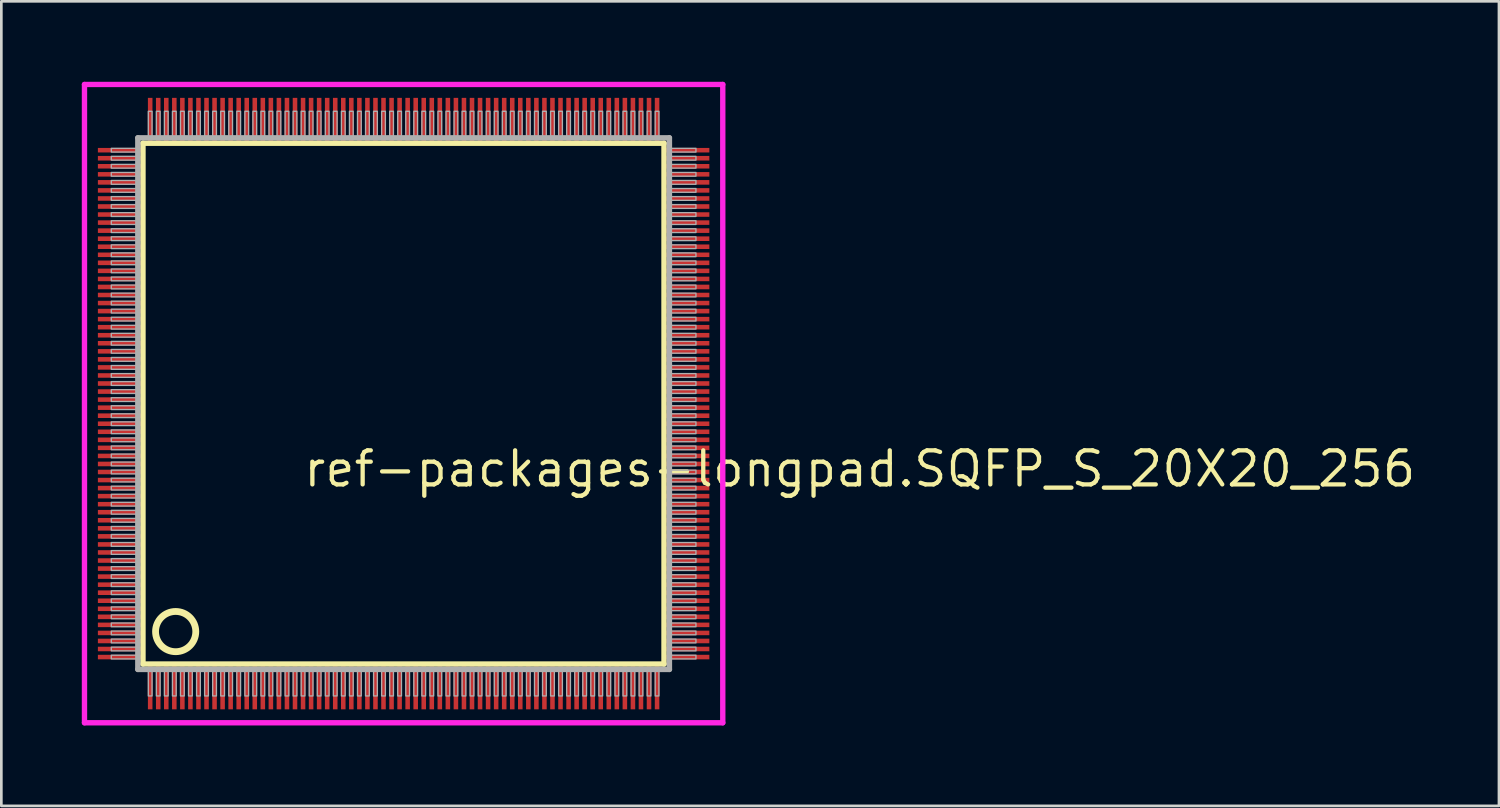
<source format=kicad_pcb>
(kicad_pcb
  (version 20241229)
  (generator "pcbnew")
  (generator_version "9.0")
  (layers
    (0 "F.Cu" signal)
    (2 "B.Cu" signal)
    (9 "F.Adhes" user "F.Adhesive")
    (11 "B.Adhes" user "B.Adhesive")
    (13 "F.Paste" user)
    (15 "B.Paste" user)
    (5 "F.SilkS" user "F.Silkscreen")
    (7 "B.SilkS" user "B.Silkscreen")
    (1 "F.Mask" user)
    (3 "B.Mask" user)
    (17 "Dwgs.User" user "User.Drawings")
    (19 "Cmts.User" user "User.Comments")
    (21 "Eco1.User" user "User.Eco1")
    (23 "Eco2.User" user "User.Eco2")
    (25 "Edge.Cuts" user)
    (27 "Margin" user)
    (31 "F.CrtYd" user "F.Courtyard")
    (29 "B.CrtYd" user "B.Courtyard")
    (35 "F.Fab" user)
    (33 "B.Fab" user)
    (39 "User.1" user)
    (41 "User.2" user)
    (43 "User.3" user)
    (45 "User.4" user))
  (footprint "ref-packages-longpad.SQFP_S_20X20_256"
    (layer "F.Cu")
    (at 12 12)
    (property "Reference" "ref-packages-longpad.SQFP_S_20X20_256" (at -3.81 3.175 0) (layer "F.SilkS") (effects (font (size 1.27 1.27) (thickness 0.16)) (justify left bottom)))
    (attr smd)
    (fp_line (start -9.72 -9.71) (end 9.71 -9.71) (stroke (width 0.203) (type default)) (layer "F.SilkS"))
    (fp_line (start -9.72 9.71) (end -9.72 -9.71) (stroke (width 0.203) (type default)) (layer "F.SilkS"))
    (fp_line (start 9.71 9.71) (end -9.72 9.71) (stroke (width 0.203) (type default)) (layer "F.SilkS"))
    (fp_line (start 9.71 -9.71) (end 9.71 9.71) (stroke (width 0.203) (type default)) (layer "F.SilkS"))
    (fp_circle (center -8.5 8.5) (end -7.75 8.5) (stroke (width 0.254) (type default)) (fill no) (layer "F.SilkS"))
    (fp_line (start -11.9 -11.9) (end 11.9 -11.9) (stroke (width 0.2) (type default)) (layer "F.CrtYd"))
    (fp_line (start -11.9 11.9) (end -11.9 -11.9) (stroke (width 0.2) (type default)) (layer "F.CrtYd"))
    (fp_line (start 11.9 -11.9) (end 11.9 11.9) (stroke (width 0.2) (type default)) (layer "F.CrtYd"))
    (fp_line (start 11.9 11.9) (end -11.9 11.9) (stroke (width 0.2) (type default)) (layer "F.CrtYd"))
    (fp_line (start -9.91 -9.91) (end -9.91 9.91) (stroke (width 0.203) (type default)) (layer "F.Fab"))
    (fp_line (start -9.91 9.91) (end 9.91 9.91) (stroke (width 0.203) (type default)) (layer "F.Fab"))
    (fp_line (start 9.91 -9.91) (end -9.91 -9.91) (stroke (width 0.203) (type default)) (layer "F.Fab"))
    (fp_line (start 9.91 9.91) (end 9.91 -9.91) (stroke (width 0.203) (type default)) (layer "F.Fab"))
    (fp_rect (start -10.9 -9.38) (end -9.95 -9.52) (stroke (width 0.05) (type default)) (fill no) (layer "F.Fab"))
    (fp_rect (start -10.9 -9.08) (end -9.95 -9.22) (stroke (width 0.05) (type default)) (fill no) (layer "F.Fab"))
    (fp_rect (start -10.9 -8.78) (end -9.95 -8.92) (stroke (width 0.05) (type default)) (fill no) (layer "F.Fab"))
    (fp_rect (start -10.9 -8.48) (end -9.95 -8.62) (stroke (width 0.05) (type default)) (fill no) (layer "F.Fab"))
    (fp_rect (start -10.9 -8.18) (end -9.95 -8.32) (stroke (width 0.05) (type default)) (fill no) (layer "F.Fab"))
    (fp_rect (start -10.9 -7.88) (end -9.95 -8.02) (stroke (width 0.05) (type default)) (fill no) (layer "F.Fab"))
    (fp_rect (start -10.9 -7.58) (end -9.95 -7.72) (stroke (width 0.05) (type default)) (fill no) (layer "F.Fab"))
    (fp_rect (start -10.9 -7.28) (end -9.95 -7.42) (stroke (width 0.05) (type default)) (fill no) (layer "F.Fab"))
    (fp_rect (start -10.9 -6.98) (end -9.95 -7.12) (stroke (width 0.05) (type default)) (fill no) (layer "F.Fab"))
    (fp_rect (start -10.9 -6.68) (end -9.95 -6.82) (stroke (width 0.05) (type default)) (fill no) (layer "F.Fab"))
    (fp_rect (start -10.9 -6.38) (end -9.95 -6.52) (stroke (width 0.05) (type default)) (fill no) (layer "F.Fab"))
    (fp_rect (start -10.9 -6.08) (end -9.95 -6.22) (stroke (width 0.05) (type default)) (fill no) (layer "F.Fab"))
    (fp_rect (start -10.9 -5.78) (end -9.95 -5.92) (stroke (width 0.05) (type default)) (fill no) (layer "F.Fab"))
    (fp_rect (start -10.9 -5.48) (end -9.95 -5.62) (stroke (width 0.05) (type default)) (fill no) (layer "F.Fab"))
    (fp_rect (start -10.9 -5.18) (end -9.95 -5.32) (stroke (width 0.05) (type default)) (fill no) (layer "F.Fab"))
    (fp_rect (start -10.9 -4.88) (end -9.95 -5.02) (stroke (width 0.05) (type default)) (fill no) (layer "F.Fab"))
    (fp_rect (start -10.9 -4.58) (end -9.95 -4.72) (stroke (width 0.05) (type default)) (fill no) (layer "F.Fab"))
    (fp_rect (start -10.9 -4.28) (end -9.95 -4.42) (stroke (width 0.05) (type default)) (fill no) (layer "F.Fab"))
    (fp_rect (start -10.9 -3.98) (end -9.95 -4.12) (stroke (width 0.05) (type default)) (fill no) (layer "F.Fab"))
    (fp_rect (start -10.9 -3.68) (end -9.95 -3.82) (stroke (width 0.05) (type default)) (fill no) (layer "F.Fab"))
    (fp_rect (start -10.9 -3.38) (end -9.95 -3.52) (stroke (width 0.05) (type default)) (fill no) (layer "F.Fab"))
    (fp_rect (start -10.9 -3.08) (end -9.95 -3.22) (stroke (width 0.05) (type default)) (fill no) (layer "F.Fab"))
    (fp_rect (start -10.9 -2.78) (end -9.95 -2.92) (stroke (width 0.05) (type default)) (fill no) (layer "F.Fab"))
    (fp_rect (start -10.9 -2.48) (end -9.95 -2.62) (stroke (width 0.05) (type default)) (fill no) (layer "F.Fab"))
    (fp_rect (start -10.9 -2.18) (end -9.95 -2.32) (stroke (width 0.05) (type default)) (fill no) (layer "F.Fab"))
    (fp_rect (start -10.9 -1.88) (end -9.95 -2.02) (stroke (width 0.05) (type default)) (fill no) (layer "F.Fab"))
    (fp_rect (start -10.9 -1.58) (end -9.95 -1.72) (stroke (width 0.05) (type default)) (fill no) (layer "F.Fab"))
    (fp_rect (start -10.9 -1.28) (end -9.95 -1.42) (stroke (width 0.05) (type default)) (fill no) (layer "F.Fab"))
    (fp_rect (start -10.9 -0.98) (end -9.95 -1.12) (stroke (width 0.05) (type default)) (fill no) (layer "F.Fab"))
    (fp_rect (start -10.9 -0.68) (end -9.95 -0.82) (stroke (width 0.05) (type default)) (fill no) (layer "F.Fab"))
    (fp_rect (start -10.9 -0.38) (end -9.95 -0.52) (stroke (width 0.05) (type default)) (fill no) (layer "F.Fab"))
    (fp_rect (start -10.9 -0.08) (end -9.95 -0.22) (stroke (width 0.05) (type default)) (fill no) (layer "F.Fab"))
    (fp_rect (start -10.9 0.22) (end -9.95 0.08) (stroke (width 0.05) (type default)) (fill no) (layer "F.Fab"))
    (fp_rect (start -10.9 0.52) (end -9.95 0.38) (stroke (width 0.05) (type default)) (fill no) (layer "F.Fab"))
    (fp_rect (start -10.9 0.82) (end -9.95 0.68) (stroke (width 0.05) (type default)) (fill no) (layer "F.Fab"))
    (fp_rect (start -10.9 1.12) (end -9.95 0.98) (stroke (width 0.05) (type default)) (fill no) (layer "F.Fab"))
    (fp_rect (start -10.9 1.42) (end -9.95 1.28) (stroke (width 0.05) (type default)) (fill no) (layer "F.Fab"))
    (fp_rect (start -10.9 1.72) (end -9.95 1.58) (stroke (width 0.05) (type default)) (fill no) (layer "F.Fab"))
    (fp_rect (start -10.9 2.02) (end -9.95 1.88) (stroke (width 0.05) (type default)) (fill no) (layer "F.Fab"))
    (fp_rect (start -10.9 2.32) (end -9.95 2.18) (stroke (width 0.05) (type default)) (fill no) (layer "F.Fab"))
    (fp_rect (start -10.9 2.62) (end -9.95 2.48) (stroke (width 0.05) (type default)) (fill no) (layer "F.Fab"))
    (fp_rect (start -10.9 2.92) (end -9.95 2.78) (stroke (width 0.05) (type default)) (fill no) (layer "F.Fab"))
    (fp_rect (start -10.9 3.22) (end -9.95 3.08) (stroke (width 0.05) (type default)) (fill no) (layer "F.Fab"))
    (fp_rect (start -10.9 3.52) (end -9.95 3.38) (stroke (width 0.05) (type default)) (fill no) (layer "F.Fab"))
    (fp_rect (start -10.9 3.82) (end -9.95 3.68) (stroke (width 0.05) (type default)) (fill no) (layer "F.Fab"))
    (fp_rect (start -10.9 4.12) (end -9.95 3.98) (stroke (width 0.05) (type default)) (fill no) (layer "F.Fab"))
    (fp_rect (start -10.9 4.42) (end -9.95 4.28) (stroke (width 0.05) (type default)) (fill no) (layer "F.Fab"))
    (fp_rect (start -10.9 4.72) (end -9.95 4.58) (stroke (width 0.05) (type default)) (fill no) (layer "F.Fab"))
    (fp_rect (start -10.9 5.02) (end -9.95 4.88) (stroke (width 0.05) (type default)) (fill no) (layer "F.Fab"))
    (fp_rect (start -10.9 5.32) (end -9.95 5.18) (stroke (width 0.05) (type default)) (fill no) (layer "F.Fab"))
    (fp_rect (start -10.9 5.62) (end -9.95 5.48) (stroke (width 0.05) (type default)) (fill no) (layer "F.Fab"))
    (fp_rect (start -10.9 5.92) (end -9.95 5.78) (stroke (width 0.05) (type default)) (fill no) (layer "F.Fab"))
    (fp_rect (start -10.9 6.22) (end -9.95 6.08) (stroke (width 0.05) (type default)) (fill no) (layer "F.Fab"))
    (fp_rect (start -10.9 6.52) (end -9.95 6.38) (stroke (width 0.05) (type default)) (fill no) (layer "F.Fab"))
    (fp_rect (start -10.9 6.82) (end -9.95 6.68) (stroke (width 0.05) (type default)) (fill no) (layer "F.Fab"))
    (fp_rect (start -10.9 7.12) (end -9.95 6.98) (stroke (width 0.05) (type default)) (fill no) (layer "F.Fab"))
    (fp_rect (start -10.9 7.42) (end -9.95 7.28) (stroke (width 0.05) (type default)) (fill no) (layer "F.Fab"))
    (fp_rect (start -10.9 7.72) (end -9.95 7.58) (stroke (width 0.05) (type default)) (fill no) (layer "F.Fab"))
    (fp_rect (start -10.9 8.02) (end -9.95 7.88) (stroke (width 0.05) (type default)) (fill no) (layer "F.Fab"))
    (fp_rect (start -10.9 8.32) (end -9.95 8.18) (stroke (width 0.05) (type default)) (fill no) (layer "F.Fab"))
    (fp_rect (start -10.9 8.62) (end -9.95 8.48) (stroke (width 0.05) (type default)) (fill no) (layer "F.Fab"))
    (fp_rect (start -10.9 8.92) (end -9.95 8.78) (stroke (width 0.05) (type default)) (fill no) (layer "F.Fab"))
    (fp_rect (start -10.9 9.22) (end -9.95 9.08) (stroke (width 0.05) (type default)) (fill no) (layer "F.Fab"))
    (fp_rect (start -10.9 9.52) (end -9.95 9.38) (stroke (width 0.05) (type default)) (fill no) (layer "F.Fab"))
    (fp_rect (start -9.52 -9.95) (end -9.38 -10.9) (stroke (width 0.05) (type default)) (fill no) (layer "F.Fab"))
    (fp_rect (start -9.52 10.9) (end -9.38 9.95) (stroke (width 0.05) (type default)) (fill no) (layer "F.Fab"))
    (fp_rect (start -9.22 -9.95) (end -9.08 -10.9) (stroke (width 0.05) (type default)) (fill no) (layer "F.Fab"))
    (fp_rect (start -9.22 10.9) (end -9.08 9.95) (stroke (width 0.05) (type default)) (fill no) (layer "F.Fab"))
    (fp_rect (start -8.92 -9.95) (end -8.78 -10.9) (stroke (width 0.05) (type default)) (fill no) (layer "F.Fab"))
    (fp_rect (start -8.92 10.9) (end -8.78 9.95) (stroke (width 0.05) (type default)) (fill no) (layer "F.Fab"))
    (fp_rect (start -8.62 -9.95) (end -8.48 -10.9) (stroke (width 0.05) (type default)) (fill no) (layer "F.Fab"))
    (fp_rect (start -8.62 10.9) (end -8.48 9.95) (stroke (width 0.05) (type default)) (fill no) (layer "F.Fab"))
    (fp_rect (start -8.32 -9.95) (end -8.18 -10.9) (stroke (width 0.05) (type default)) (fill no) (layer "F.Fab"))
    (fp_rect (start -8.32 10.9) (end -8.18 9.95) (stroke (width 0.05) (type default)) (fill no) (layer "F.Fab"))
    (fp_rect (start -8.02 -9.95) (end -7.88 -10.9) (stroke (width 0.05) (type default)) (fill no) (layer "F.Fab"))
    (fp_rect (start -8.02 10.9) (end -7.88 9.95) (stroke (width 0.05) (type default)) (fill no) (layer "F.Fab"))
    (fp_rect (start -7.72 -9.95) (end -7.58 -10.9) (stroke (width 0.05) (type default)) (fill no) (layer "F.Fab"))
    (fp_rect (start -7.72 10.9) (end -7.58 9.95) (stroke (width 0.05) (type default)) (fill no) (layer "F.Fab"))
    (fp_rect (start -7.42 -9.95) (end -7.28 -10.9) (stroke (width 0.05) (type default)) (fill no) (layer "F.Fab"))
    (fp_rect (start -7.42 10.9) (end -7.28 9.95) (stroke (width 0.05) (type default)) (fill no) (layer "F.Fab"))
    (fp_rect (start -7.12 -9.95) (end -6.98 -10.9) (stroke (width 0.05) (type default)) (fill no) (layer "F.Fab"))
    (fp_rect (start -7.12 10.9) (end -6.98 9.95) (stroke (width 0.05) (type default)) (fill no) (layer "F.Fab"))
    (fp_rect (start -6.82 -9.95) (end -6.68 -10.9) (stroke (width 0.05) (type default)) (fill no) (layer "F.Fab"))
    (fp_rect (start -6.82 10.9) (end -6.68 9.95) (stroke (width 0.05) (type default)) (fill no) (layer "F.Fab"))
    (fp_rect (start -6.52 -9.95) (end -6.38 -10.9) (stroke (width 0.05) (type default)) (fill no) (layer "F.Fab"))
    (fp_rect (start -6.52 10.9) (end -6.38 9.95) (stroke (width 0.05) (type default)) (fill no) (layer "F.Fab"))
    (fp_rect (start -6.22 -9.95) (end -6.08 -10.9) (stroke (width 0.05) (type default)) (fill no) (layer "F.Fab"))
    (fp_rect (start -6.22 10.9) (end -6.08 9.95) (stroke (width 0.05) (type default)) (fill no) (layer "F.Fab"))
    (fp_rect (start -5.92 -9.95) (end -5.78 -10.9) (stroke (width 0.05) (type default)) (fill no) (layer "F.Fab"))
    (fp_rect (start -5.92 10.9) (end -5.78 9.95) (stroke (width 0.05) (type default)) (fill no) (layer "F.Fab"))
    (fp_rect (start -5.62 -9.95) (end -5.48 -10.9) (stroke (width 0.05) (type default)) (fill no) (layer "F.Fab"))
    (fp_rect (start -5.62 10.9) (end -5.48 9.95) (stroke (width 0.05) (type default)) (fill no) (layer "F.Fab"))
    (fp_rect (start -5.32 -9.95) (end -5.18 -10.9) (stroke (width 0.05) (type default)) (fill no) (layer "F.Fab"))
    (fp_rect (start -5.32 10.9) (end -5.18 9.95) (stroke (width 0.05) (type default)) (fill no) (layer "F.Fab"))
    (fp_rect (start -5.02 -9.95) (end -4.88 -10.9) (stroke (width 0.05) (type default)) (fill no) (layer "F.Fab"))
    (fp_rect (start -5.02 10.9) (end -4.88 9.95) (stroke (width 0.05) (type default)) (fill no) (layer "F.Fab"))
    (fp_rect (start -4.72 -9.95) (end -4.58 -10.9) (stroke (width 0.05) (type default)) (fill no) (layer "F.Fab"))
    (fp_rect (start -4.72 10.9) (end -4.58 9.95) (stroke (width 0.05) (type default)) (fill no) (layer "F.Fab"))
    (fp_rect (start -4.42 -9.95) (end -4.28 -10.9) (stroke (width 0.05) (type default)) (fill no) (layer "F.Fab"))
    (fp_rect (start -4.42 10.9) (end -4.28 9.95) (stroke (width 0.05) (type default)) (fill no) (layer "F.Fab"))
    (fp_rect (start -4.12 -9.95) (end -3.98 -10.9) (stroke (width 0.05) (type default)) (fill no) (layer "F.Fab"))
    (fp_rect (start -4.12 10.9) (end -3.98 9.95) (stroke (width 0.05) (type default)) (fill no) (layer "F.Fab"))
    (fp_rect (start -3.82 -9.95) (end -3.68 -10.9) (stroke (width 0.05) (type default)) (fill no) (layer "F.Fab"))
    (fp_rect (start -3.82 10.9) (end -3.68 9.95) (stroke (width 0.05) (type default)) (fill no) (layer "F.Fab"))
    (fp_rect (start -3.52 -9.95) (end -3.38 -10.9) (stroke (width 0.05) (type default)) (fill no) (layer "F.Fab"))
    (fp_rect (start -3.52 10.9) (end -3.38 9.95) (stroke (width 0.05) (type default)) (fill no) (layer "F.Fab"))
    (fp_rect (start -3.22 -9.95) (end -3.08 -10.9) (stroke (width 0.05) (type default)) (fill no) (layer "F.Fab"))
    (fp_rect (start -3.22 10.9) (end -3.08 9.95) (stroke (width 0.05) (type default)) (fill no) (layer "F.Fab"))
    (fp_rect (start -2.92 -9.95) (end -2.78 -10.9) (stroke (width 0.05) (type default)) (fill no) (layer "F.Fab"))
    (fp_rect (start -2.92 10.9) (end -2.78 9.95) (stroke (width 0.05) (type default)) (fill no) (layer "F.Fab"))
    (fp_rect (start -2.62 -9.95) (end -2.48 -10.9) (stroke (width 0.05) (type default)) (fill no) (layer "F.Fab"))
    (fp_rect (start -2.62 10.9) (end -2.48 9.95) (stroke (width 0.05) (type default)) (fill no) (layer "F.Fab"))
    (fp_rect (start -2.32 -9.95) (end -2.18 -10.9) (stroke (width 0.05) (type default)) (fill no) (layer "F.Fab"))
    (fp_rect (start -2.32 10.9) (end -2.18 9.95) (stroke (width 0.05) (type default)) (fill no) (layer "F.Fab"))
    (fp_rect (start -2.02 -9.95) (end -1.88 -10.9) (stroke (width 0.05) (type default)) (fill no) (layer "F.Fab"))
    (fp_rect (start -2.02 10.9) (end -1.88 9.95) (stroke (width 0.05) (type default)) (fill no) (layer "F.Fab"))
    (fp_rect (start -1.72 -9.95) (end -1.58 -10.9) (stroke (width 0.05) (type default)) (fill no) (layer "F.Fab"))
    (fp_rect (start -1.72 10.9) (end -1.58 9.95) (stroke (width 0.05) (type default)) (fill no) (layer "F.Fab"))
    (fp_rect (start -1.42 -9.95) (end -1.28 -10.9) (stroke (width 0.05) (type default)) (fill no) (layer "F.Fab"))
    (fp_rect (start -1.42 10.9) (end -1.28 9.95) (stroke (width 0.05) (type default)) (fill no) (layer "F.Fab"))
    (fp_rect (start -1.12 -9.95) (end -0.98 -10.9) (stroke (width 0.05) (type default)) (fill no) (layer "F.Fab"))
    (fp_rect (start -1.12 10.9) (end -0.98 9.95) (stroke (width 0.05) (type default)) (fill no) (layer "F.Fab"))
    (fp_rect (start -0.82 -9.95) (end -0.68 -10.9) (stroke (width 0.05) (type default)) (fill no) (layer "F.Fab"))
    (fp_rect (start -0.82 10.9) (end -0.68 9.95) (stroke (width 0.05) (type default)) (fill no) (layer "F.Fab"))
    (fp_rect (start -0.52 -9.95) (end -0.38 -10.9) (stroke (width 0.05) (type default)) (fill no) (layer "F.Fab"))
    (fp_rect (start -0.52 10.9) (end -0.38 9.95) (stroke (width 0.05) (type default)) (fill no) (layer "F.Fab"))
    (fp_rect (start -0.22 -9.95) (end -0.08 -10.9) (stroke (width 0.05) (type default)) (fill no) (layer "F.Fab"))
    (fp_rect (start -0.22 10.9) (end -0.08 9.95) (stroke (width 0.05) (type default)) (fill no) (layer "F.Fab"))
    (fp_rect (start 0.08 -9.95) (end 0.22 -10.9) (stroke (width 0.05) (type default)) (fill no) (layer "F.Fab"))
    (fp_rect (start 0.08 10.9) (end 0.22 9.95) (stroke (width 0.05) (type default)) (fill no) (layer "F.Fab"))
    (fp_rect (start 0.38 -9.95) (end 0.52 -10.9) (stroke (width 0.05) (type default)) (fill no) (layer "F.Fab"))
    (fp_rect (start 0.38 10.9) (end 0.52 9.95) (stroke (width 0.05) (type default)) (fill no) (layer "F.Fab"))
    (fp_rect (start 0.68 -9.95) (end 0.82 -10.9) (stroke (width 0.05) (type default)) (fill no) (layer "F.Fab"))
    (fp_rect (start 0.68 10.9) (end 0.82 9.95) (stroke (width 0.05) (type default)) (fill no) (layer "F.Fab"))
    (fp_rect (start 0.98 -9.95) (end 1.12 -10.9) (stroke (width 0.05) (type default)) (fill no) (layer "F.Fab"))
    (fp_rect (start 0.98 10.9) (end 1.12 9.95) (stroke (width 0.05) (type default)) (fill no) (layer "F.Fab"))
    (fp_rect (start 1.28 -9.95) (end 1.42 -10.9) (stroke (width 0.05) (type default)) (fill no) (layer "F.Fab"))
    (fp_rect (start 1.28 10.9) (end 1.42 9.95) (stroke (width 0.05) (type default)) (fill no) (layer "F.Fab"))
    (fp_rect (start 1.58 -9.95) (end 1.72 -10.9) (stroke (width 0.05) (type default)) (fill no) (layer "F.Fab"))
    (fp_rect (start 1.58 10.9) (end 1.72 9.95) (stroke (width 0.05) (type default)) (fill no) (layer "F.Fab"))
    (fp_rect (start 1.88 -9.95) (end 2.02 -10.9) (stroke (width 0.05) (type default)) (fill no) (layer "F.Fab"))
    (fp_rect (start 1.88 10.9) (end 2.02 9.95) (stroke (width 0.05) (type default)) (fill no) (layer "F.Fab"))
    (fp_rect (start 2.18 -9.95) (end 2.32 -10.9) (stroke (width 0.05) (type default)) (fill no) (layer "F.Fab"))
    (fp_rect (start 2.18 10.9) (end 2.32 9.95) (stroke (width 0.05) (type default)) (fill no) (layer "F.Fab"))
    (fp_rect (start 2.48 -9.95) (end 2.62 -10.9) (stroke (width 0.05) (type default)) (fill no) (layer "F.Fab"))
    (fp_rect (start 2.48 10.9) (end 2.62 9.95) (stroke (width 0.05) (type default)) (fill no) (layer "F.Fab"))
    (fp_rect (start 2.78 -9.95) (end 2.92 -10.9) (stroke (width 0.05) (type default)) (fill no) (layer "F.Fab"))
    (fp_rect (start 2.78 10.9) (end 2.92 9.95) (stroke (width 0.05) (type default)) (fill no) (layer "F.Fab"))
    (fp_rect (start 3.08 -9.95) (end 3.22 -10.9) (stroke (width 0.05) (type default)) (fill no) (layer "F.Fab"))
    (fp_rect (start 3.08 10.9) (end 3.22 9.95) (stroke (width 0.05) (type default)) (fill no) (layer "F.Fab"))
    (fp_rect (start 3.38 -9.95) (end 3.52 -10.9) (stroke (width 0.05) (type default)) (fill no) (layer "F.Fab"))
    (fp_rect (start 3.38 10.9) (end 3.52 9.95) (stroke (width 0.05) (type default)) (fill no) (layer "F.Fab"))
    (fp_rect (start 3.68 -9.95) (end 3.82 -10.9) (stroke (width 0.05) (type default)) (fill no) (layer "F.Fab"))
    (fp_rect (start 3.68 10.9) (end 3.82 9.95) (stroke (width 0.05) (type default)) (fill no) (layer "F.Fab"))
    (fp_rect (start 3.98 -9.95) (end 4.12 -10.9) (stroke (width 0.05) (type default)) (fill no) (layer "F.Fab"))
    (fp_rect (start 3.98 10.9) (end 4.12 9.95) (stroke (width 0.05) (type default)) (fill no) (layer "F.Fab"))
    (fp_rect (start 4.28 -9.95) (end 4.42 -10.9) (stroke (width 0.05) (type default)) (fill no) (layer "F.Fab"))
    (fp_rect (start 4.28 10.9) (end 4.42 9.95) (stroke (width 0.05) (type default)) (fill no) (layer "F.Fab"))
    (fp_rect (start 4.58 -9.95) (end 4.72 -10.9) (stroke (width 0.05) (type default)) (fill no) (layer "F.Fab"))
    (fp_rect (start 4.58 10.9) (end 4.72 9.95) (stroke (width 0.05) (type default)) (fill no) (layer "F.Fab"))
    (fp_rect (start 4.88 -9.95) (end 5.02 -10.9) (stroke (width 0.05) (type default)) (fill no) (layer "F.Fab"))
    (fp_rect (start 4.88 10.9) (end 5.02 9.95) (stroke (width 0.05) (type default)) (fill no) (layer "F.Fab"))
    (fp_rect (start 5.18 -9.95) (end 5.32 -10.9) (stroke (width 0.05) (type default)) (fill no) (layer "F.Fab"))
    (fp_rect (start 5.18 10.9) (end 5.32 9.95) (stroke (width 0.05) (type default)) (fill no) (layer "F.Fab"))
    (fp_rect (start 5.48 -9.95) (end 5.62 -10.9) (stroke (width 0.05) (type default)) (fill no) (layer "F.Fab"))
    (fp_rect (start 5.48 10.9) (end 5.62 9.95) (stroke (width 0.05) (type default)) (fill no) (layer "F.Fab"))
    (fp_rect (start 5.78 -9.95) (end 5.92 -10.9) (stroke (width 0.05) (type default)) (fill no) (layer "F.Fab"))
    (fp_rect (start 5.78 10.9) (end 5.92 9.95) (stroke (width 0.05) (type default)) (fill no) (layer "F.Fab"))
    (fp_rect (start 6.08 -9.95) (end 6.22 -10.9) (stroke (width 0.05) (type default)) (fill no) (layer "F.Fab"))
    (fp_rect (start 6.08 10.9) (end 6.22 9.95) (stroke (width 0.05) (type default)) (fill no) (layer "F.Fab"))
    (fp_rect (start 6.38 -9.95) (end 6.52 -10.9) (stroke (width 0.05) (type default)) (fill no) (layer "F.Fab"))
    (fp_rect (start 6.38 10.9) (end 6.52 9.95) (stroke (width 0.05) (type default)) (fill no) (layer "F.Fab"))
    (fp_rect (start 6.68 -9.95) (end 6.82 -10.9) (stroke (width 0.05) (type default)) (fill no) (layer "F.Fab"))
    (fp_rect (start 6.68 10.9) (end 6.82 9.95) (stroke (width 0.05) (type default)) (fill no) (layer "F.Fab"))
    (fp_rect (start 6.98 -9.95) (end 7.12 -10.9) (stroke (width 0.05) (type default)) (fill no) (layer "F.Fab"))
    (fp_rect (start 6.98 10.9) (end 7.12 9.95) (stroke (width 0.05) (type default)) (fill no) (layer "F.Fab"))
    (fp_rect (start 7.28 -9.95) (end 7.42 -10.9) (stroke (width 0.05) (type default)) (fill no) (layer "F.Fab"))
    (fp_rect (start 7.28 10.9) (end 7.42 9.95) (stroke (width 0.05) (type default)) (fill no) (layer "F.Fab"))
    (fp_rect (start 7.58 -9.95) (end 7.72 -10.9) (stroke (width 0.05) (type default)) (fill no) (layer "F.Fab"))
    (fp_rect (start 7.58 10.9) (end 7.72 9.95) (stroke (width 0.05) (type default)) (fill no) (layer "F.Fab"))
    (fp_rect (start 7.88 -9.95) (end 8.02 -10.9) (stroke (width 0.05) (type default)) (fill no) (layer "F.Fab"))
    (fp_rect (start 7.88 10.9) (end 8.02 9.95) (stroke (width 0.05) (type default)) (fill no) (layer "F.Fab"))
    (fp_rect (start 8.18 -9.95) (end 8.32 -10.9) (stroke (width 0.05) (type default)) (fill no) (layer "F.Fab"))
    (fp_rect (start 8.18 10.9) (end 8.32 9.95) (stroke (width 0.05) (type default)) (fill no) (layer "F.Fab"))
    (fp_rect (start 8.48 -9.95) (end 8.62 -10.9) (stroke (width 0.05) (type default)) (fill no) (layer "F.Fab"))
    (fp_rect (start 8.48 10.9) (end 8.62 9.95) (stroke (width 0.05) (type default)) (fill no) (layer "F.Fab"))
    (fp_rect (start 8.78 -9.95) (end 8.92 -10.9) (stroke (width 0.05) (type default)) (fill no) (layer "F.Fab"))
    (fp_rect (start 8.78 10.9) (end 8.92 9.95) (stroke (width 0.05) (type default)) (fill no) (layer "F.Fab"))
    (fp_rect (start 9.08 -9.95) (end 9.22 -10.9) (stroke (width 0.05) (type default)) (fill no) (layer "F.Fab"))
    (fp_rect (start 9.08 10.9) (end 9.22 9.95) (stroke (width 0.05) (type default)) (fill no) (layer "F.Fab"))
    (fp_rect (start 9.38 -9.95) (end 9.52 -10.9) (stroke (width 0.05) (type default)) (fill no) (layer "F.Fab"))
    (fp_rect (start 9.38 10.9) (end 9.52 9.95) (stroke (width 0.05) (type default)) (fill no) (layer "F.Fab"))
    (fp_rect (start 9.95 -9.38) (end 10.9 -9.52) (stroke (width 0.05) (type default)) (fill no) (layer "F.Fab"))
    (fp_rect (start 9.95 -9.08) (end 10.9 -9.22) (stroke (width 0.05) (type default)) (fill no) (layer "F.Fab"))
    (fp_rect (start 9.95 -8.78) (end 10.9 -8.92) (stroke (width 0.05) (type default)) (fill no) (layer "F.Fab"))
    (fp_rect (start 9.95 -8.48) (end 10.9 -8.62) (stroke (width 0.05) (type default)) (fill no) (layer "F.Fab"))
    (fp_rect (start 9.95 -8.18) (end 10.9 -8.32) (stroke (width 0.05) (type default)) (fill no) (layer "F.Fab"))
    (fp_rect (start 9.95 -7.88) (end 10.9 -8.02) (stroke (width 0.05) (type default)) (fill no) (layer "F.Fab"))
    (fp_rect (start 9.95 -7.58) (end 10.9 -7.72) (stroke (width 0.05) (type default)) (fill no) (layer "F.Fab"))
    (fp_rect (start 9.95 -7.28) (end 10.9 -7.42) (stroke (width 0.05) (type default)) (fill no) (layer "F.Fab"))
    (fp_rect (start 9.95 -6.98) (end 10.9 -7.12) (stroke (width 0.05) (type default)) (fill no) (layer "F.Fab"))
    (fp_rect (start 9.95 -6.68) (end 10.9 -6.82) (stroke (width 0.05) (type default)) (fill no) (layer "F.Fab"))
    (fp_rect (start 9.95 -6.38) (end 10.9 -6.52) (stroke (width 0.05) (type default)) (fill no) (layer "F.Fab"))
    (fp_rect (start 9.95 -6.08) (end 10.9 -6.22) (stroke (width 0.05) (type default)) (fill no) (layer "F.Fab"))
    (fp_rect (start 9.95 -5.78) (end 10.9 -5.92) (stroke (width 0.05) (type default)) (fill no) (layer "F.Fab"))
    (fp_rect (start 9.95 -5.48) (end 10.9 -5.62) (stroke (width 0.05) (type default)) (fill no) (layer "F.Fab"))
    (fp_rect (start 9.95 -5.18) (end 10.9 -5.32) (stroke (width 0.05) (type default)) (fill no) (layer "F.Fab"))
    (fp_rect (start 9.95 -4.88) (end 10.9 -5.02) (stroke (width 0.05) (type default)) (fill no) (layer "F.Fab"))
    (fp_rect (start 9.95 -4.58) (end 10.9 -4.72) (stroke (width 0.05) (type default)) (fill no) (layer "F.Fab"))
    (fp_rect (start 9.95 -4.28) (end 10.9 -4.42) (stroke (width 0.05) (type default)) (fill no) (layer "F.Fab"))
    (fp_rect (start 9.95 -3.98) (end 10.9 -4.12) (stroke (width 0.05) (type default)) (fill no) (layer "F.Fab"))
    (fp_rect (start 9.95 -3.68) (end 10.9 -3.82) (stroke (width 0.05) (type default)) (fill no) (layer "F.Fab"))
    (fp_rect (start 9.95 -3.38) (end 10.9 -3.52) (stroke (width 0.05) (type default)) (fill no) (layer "F.Fab"))
    (fp_rect (start 9.95 -3.08) (end 10.9 -3.22) (stroke (width 0.05) (type default)) (fill no) (layer "F.Fab"))
    (fp_rect (start 9.95 -2.78) (end 10.9 -2.92) (stroke (width 0.05) (type default)) (fill no) (layer "F.Fab"))
    (fp_rect (start 9.95 -2.48) (end 10.9 -2.62) (stroke (width 0.05) (type default)) (fill no) (layer "F.Fab"))
    (fp_rect (start 9.95 -2.18) (end 10.9 -2.32) (stroke (width 0.05) (type default)) (fill no) (layer "F.Fab"))
    (fp_rect (start 9.95 -1.88) (end 10.9 -2.02) (stroke (width 0.05) (type default)) (fill no) (layer "F.Fab"))
    (fp_rect (start 9.95 -1.58) (end 10.9 -1.72) (stroke (width 0.05) (type default)) (fill no) (layer "F.Fab"))
    (fp_rect (start 9.95 -1.28) (end 10.9 -1.42) (stroke (width 0.05) (type default)) (fill no) (layer "F.Fab"))
    (fp_rect (start 9.95 -0.98) (end 10.9 -1.12) (stroke (width 0.05) (type default)) (fill no) (layer "F.Fab"))
    (fp_rect (start 9.95 -0.68) (end 10.9 -0.82) (stroke (width 0.05) (type default)) (fill no) (layer "F.Fab"))
    (fp_rect (start 9.95 -0.38) (end 10.9 -0.52) (stroke (width 0.05) (type default)) (fill no) (layer "F.Fab"))
    (fp_rect (start 9.95 -0.08) (end 10.9 -0.22) (stroke (width 0.05) (type default)) (fill no) (layer "F.Fab"))
    (fp_rect (start 9.95 0.22) (end 10.9 0.08) (stroke (width 0.05) (type default)) (fill no) (layer "F.Fab"))
    (fp_rect (start 9.95 0.52) (end 10.9 0.38) (stroke (width 0.05) (type default)) (fill no) (layer "F.Fab"))
    (fp_rect (start 9.95 0.82) (end 10.9 0.68) (stroke (width 0.05) (type default)) (fill no) (layer "F.Fab"))
    (fp_rect (start 9.95 1.12) (end 10.9 0.98) (stroke (width 0.05) (type default)) (fill no) (layer "F.Fab"))
    (fp_rect (start 9.95 1.42) (end 10.9 1.28) (stroke (width 0.05) (type default)) (fill no) (layer "F.Fab"))
    (fp_rect (start 9.95 1.72) (end 10.9 1.58) (stroke (width 0.05) (type default)) (fill no) (layer "F.Fab"))
    (fp_rect (start 9.95 2.02) (end 10.9 1.88) (stroke (width 0.05) (type default)) (fill no) (layer "F.Fab"))
    (fp_rect (start 9.95 2.32) (end 10.9 2.18) (stroke (width 0.05) (type default)) (fill no) (layer "F.Fab"))
    (fp_rect (start 9.95 2.62) (end 10.9 2.48) (stroke (width 0.05) (type default)) (fill no) (layer "F.Fab"))
    (fp_rect (start 9.95 2.92) (end 10.9 2.78) (stroke (width 0.05) (type default)) (fill no) (layer "F.Fab"))
    (fp_rect (start 9.95 3.22) (end 10.9 3.08) (stroke (width 0.05) (type default)) (fill no) (layer "F.Fab"))
    (fp_rect (start 9.95 3.52) (end 10.9 3.38) (stroke (width 0.05) (type default)) (fill no) (layer "F.Fab"))
    (fp_rect (start 9.95 3.82) (end 10.9 3.68) (stroke (width 0.05) (type default)) (fill no) (layer "F.Fab"))
    (fp_rect (start 9.95 4.12) (end 10.9 3.98) (stroke (width 0.05) (type default)) (fill no) (layer "F.Fab"))
    (fp_rect (start 9.95 4.42) (end 10.9 4.28) (stroke (width 0.05) (type default)) (fill no) (layer "F.Fab"))
    (fp_rect (start 9.95 4.72) (end 10.9 4.58) (stroke (width 0.05) (type default)) (fill no) (layer "F.Fab"))
    (fp_rect (start 9.95 5.02) (end 10.9 4.88) (stroke (width 0.05) (type default)) (fill no) (layer "F.Fab"))
    (fp_rect (start 9.95 5.32) (end 10.9 5.18) (stroke (width 0.05) (type default)) (fill no) (layer "F.Fab"))
    (fp_rect (start 9.95 5.62) (end 10.9 5.48) (stroke (width 0.05) (type default)) (fill no) (layer "F.Fab"))
    (fp_rect (start 9.95 5.92) (end 10.9 5.78) (stroke (width 0.05) (type default)) (fill no) (layer "F.Fab"))
    (fp_rect (start 9.95 6.22) (end 10.9 6.08) (stroke (width 0.05) (type default)) (fill no) (layer "F.Fab"))
    (fp_rect (start 9.95 6.52) (end 10.9 6.38) (stroke (width 0.05) (type default)) (fill no) (layer "F.Fab"))
    (fp_rect (start 9.95 6.82) (end 10.9 6.68) (stroke (width 0.05) (type default)) (fill no) (layer "F.Fab"))
    (fp_rect (start 9.95 7.12) (end 10.9 6.98) (stroke (width 0.05) (type default)) (fill no) (layer "F.Fab"))
    (fp_rect (start 9.95 7.42) (end 10.9 7.28) (stroke (width 0.05) (type default)) (fill no) (layer "F.Fab"))
    (fp_rect (start 9.95 7.72) (end 10.9 7.58) (stroke (width 0.05) (type default)) (fill no) (layer "F.Fab"))
    (fp_rect (start 9.95 8.02) (end 10.9 7.88) (stroke (width 0.05) (type default)) (fill no) (layer "F.Fab"))
    (fp_rect (start 9.95 8.32) (end 10.9 8.18) (stroke (width 0.05) (type default)) (fill no) (layer "F.Fab"))
    (fp_rect (start 9.95 8.62) (end 10.9 8.48) (stroke (width 0.05) (type default)) (fill no) (layer "F.Fab"))
    (fp_rect (start 9.95 8.92) (end 10.9 8.78) (stroke (width 0.05) (type default)) (fill no) (layer "F.Fab"))
    (fp_rect (start 9.95 9.22) (end 10.9 9.08) (stroke (width 0.05) (type default)) (fill no) (layer "F.Fab"))
    (fp_rect (start 9.95 9.52) (end 10.9 9.38) (stroke (width 0.05) (type default)) (fill no) (layer "F.Fab"))
    (pad "1" smd roundrect (at -9.45 10.6) (size 0.17 1.6) (layers "F.Cu" "F.Mask" "F.Paste") (roundrect_rratio 0.01))
    (pad "2" smd roundrect (at -9.15 10.6) (size 0.17 1.6) (layers "F.Cu" "F.Mask" "F.Paste") (roundrect_rratio 0.01))
    (pad "3" smd roundrect (at -8.85 10.6) (size 0.17 1.6) (layers "F.Cu" "F.Mask" "F.Paste") (roundrect_rratio 0.01))
    (pad "4" smd roundrect (at -8.55 10.6) (size 0.17 1.6) (layers "F.Cu" "F.Mask" "F.Paste") (roundrect_rratio 0.01))
    (pad "5" smd roundrect (at -8.25 10.6) (size 0.17 1.6) (layers "F.Cu" "F.Mask" "F.Paste") (roundrect_rratio 0.01))
    (pad "6" smd roundrect (at -7.95 10.6) (size 0.17 1.6) (layers "F.Cu" "F.Mask" "F.Paste") (roundrect_rratio 0.01))
    (pad "7" smd roundrect (at -7.65 10.6) (size 0.17 1.6) (layers "F.Cu" "F.Mask" "F.Paste") (roundrect_rratio 0.01))
    (pad "8" smd roundrect (at -7.35 10.6) (size 0.17 1.6) (layers "F.Cu" "F.Mask" "F.Paste") (roundrect_rratio 0.01))
    (pad "9" smd roundrect (at -7.05 10.6) (size 0.17 1.6) (layers "F.Cu" "F.Mask" "F.Paste") (roundrect_rratio 0.01))
    (pad "10" smd roundrect (at -6.75 10.6) (size 0.17 1.6) (layers "F.Cu" "F.Mask" "F.Paste") (roundrect_rratio 0.01))
    (pad "11" smd roundrect (at -6.45 10.6) (size 0.17 1.6) (layers "F.Cu" "F.Mask" "F.Paste") (roundrect_rratio 0.01))
    (pad "12" smd roundrect (at -6.15 10.6) (size 0.17 1.6) (layers "F.Cu" "F.Mask" "F.Paste") (roundrect_rratio 0.01))
    (pad "13" smd roundrect (at -5.85 10.6) (size 0.17 1.6) (layers "F.Cu" "F.Mask" "F.Paste") (roundrect_rratio 0.01))
    (pad "14" smd roundrect (at -5.55 10.6) (size 0.17 1.6) (layers "F.Cu" "F.Mask" "F.Paste") (roundrect_rratio 0.01))
    (pad "15" smd roundrect (at -5.25 10.6) (size 0.17 1.6) (layers "F.Cu" "F.Mask" "F.Paste") (roundrect_rratio 0.01))
    (pad "16" smd roundrect (at -4.95 10.6) (size 0.17 1.6) (layers "F.Cu" "F.Mask" "F.Paste") (roundrect_rratio 0.01))
    (pad "17" smd roundrect (at -4.65 10.6) (size 0.17 1.6) (layers "F.Cu" "F.Mask" "F.Paste") (roundrect_rratio 0.01))
    (pad "18" smd roundrect (at -4.35 10.6) (size 0.17 1.6) (layers "F.Cu" "F.Mask" "F.Paste") (roundrect_rratio 0.01))
    (pad "19" smd roundrect (at -4.05 10.6) (size 0.17 1.6) (layers "F.Cu" "F.Mask" "F.Paste") (roundrect_rratio 0.01))
    (pad "20" smd roundrect (at -3.75 10.6) (size 0.17 1.6) (layers "F.Cu" "F.Mask" "F.Paste") (roundrect_rratio 0.01))
    (pad "21" smd roundrect (at -3.45 10.6) (size 0.17 1.6) (layers "F.Cu" "F.Mask" "F.Paste") (roundrect_rratio 0.01))
    (pad "22" smd roundrect (at -3.15 10.6) (size 0.17 1.6) (layers "F.Cu" "F.Mask" "F.Paste") (roundrect_rratio 0.01))
    (pad "23" smd roundrect (at -2.85 10.6) (size 0.17 1.6) (layers "F.Cu" "F.Mask" "F.Paste") (roundrect_rratio 0.01))
    (pad "24" smd roundrect (at -2.55 10.6) (size 0.17 1.6) (layers "F.Cu" "F.Mask" "F.Paste") (roundrect_rratio 0.01))
    (pad "25" smd roundrect (at -2.25 10.6) (size 0.17 1.6) (layers "F.Cu" "F.Mask" "F.Paste") (roundrect_rratio 0.01))
    (pad "26" smd roundrect (at -1.95 10.6) (size 0.17 1.6) (layers "F.Cu" "F.Mask" "F.Paste") (roundrect_rratio 0.01))
    (pad "27" smd roundrect (at -1.65 10.6) (size 0.17 1.6) (layers "F.Cu" "F.Mask" "F.Paste") (roundrect_rratio 0.01))
    (pad "28" smd roundrect (at -1.35 10.6) (size 0.17 1.6) (layers "F.Cu" "F.Mask" "F.Paste") (roundrect_rratio 0.01))
    (pad "29" smd roundrect (at -1.05 10.6) (size 0.17 1.6) (layers "F.Cu" "F.Mask" "F.Paste") (roundrect_rratio 0.01))
    (pad "30" smd roundrect (at -0.75 10.6) (size 0.17 1.6) (layers "F.Cu" "F.Mask" "F.Paste") (roundrect_rratio 0.01))
    (pad "31" smd roundrect (at -0.45 10.6) (size 0.17 1.6) (layers "F.Cu" "F.Mask" "F.Paste") (roundrect_rratio 0.01))
    (pad "32" smd roundrect (at -0.15 10.6) (size 0.17 1.6) (layers "F.Cu" "F.Mask" "F.Paste") (roundrect_rratio 0.01))
    (pad "33" smd roundrect (at 0.15 10.6) (size 0.17 1.6) (layers "F.Cu" "F.Mask" "F.Paste") (roundrect_rratio 0.01))
    (pad "34" smd roundrect (at 0.45 10.6) (size 0.17 1.6) (layers "F.Cu" "F.Mask" "F.Paste") (roundrect_rratio 0.01))
    (pad "35" smd roundrect (at 0.75 10.6) (size 0.17 1.6) (layers "F.Cu" "F.Mask" "F.Paste") (roundrect_rratio 0.01))
    (pad "36" smd roundrect (at 1.05 10.6) (size 0.17 1.6) (layers "F.Cu" "F.Mask" "F.Paste") (roundrect_rratio 0.01))
    (pad "37" smd roundrect (at 1.35 10.6) (size 0.17 1.6) (layers "F.Cu" "F.Mask" "F.Paste") (roundrect_rratio 0.01))
    (pad "38" smd roundrect (at 1.65 10.6) (size 0.17 1.6) (layers "F.Cu" "F.Mask" "F.Paste") (roundrect_rratio 0.01))
    (pad "39" smd roundrect (at 1.95 10.6) (size 0.17 1.6) (layers "F.Cu" "F.Mask" "F.Paste") (roundrect_rratio 0.01))
    (pad "40" smd roundrect (at 2.25 10.6) (size 0.17 1.6) (layers "F.Cu" "F.Mask" "F.Paste") (roundrect_rratio 0.01))
    (pad "41" smd roundrect (at 2.55 10.6) (size 0.17 1.6) (layers "F.Cu" "F.Mask" "F.Paste") (roundrect_rratio 0.01))
    (pad "42" smd roundrect (at 2.85 10.6) (size 0.17 1.6) (layers "F.Cu" "F.Mask" "F.Paste") (roundrect_rratio 0.01))
    (pad "43" smd roundrect (at 3.15 10.6) (size 0.17 1.6) (layers "F.Cu" "F.Mask" "F.Paste") (roundrect_rratio 0.01))
    (pad "44" smd roundrect (at 3.45 10.6) (size 0.17 1.6) (layers "F.Cu" "F.Mask" "F.Paste") (roundrect_rratio 0.01))
    (pad "45" smd roundrect (at 3.75 10.6) (size 0.17 1.6) (layers "F.Cu" "F.Mask" "F.Paste") (roundrect_rratio 0.01))
    (pad "46" smd roundrect (at 4.05 10.6) (size 0.17 1.6) (layers "F.Cu" "F.Mask" "F.Paste") (roundrect_rratio 0.01))
    (pad "47" smd roundrect (at 4.35 10.6) (size 0.17 1.6) (layers "F.Cu" "F.Mask" "F.Paste") (roundrect_rratio 0.01))
    (pad "48" smd roundrect (at 4.65 10.6) (size 0.17 1.6) (layers "F.Cu" "F.Mask" "F.Paste") (roundrect_rratio 0.01))
    (pad "49" smd roundrect (at 4.95 10.6) (size 0.17 1.6) (layers "F.Cu" "F.Mask" "F.Paste") (roundrect_rratio 0.01))
    (pad "50" smd roundrect (at 5.25 10.6) (size 0.17 1.6) (layers "F.Cu" "F.Mask" "F.Paste") (roundrect_rratio 0.01))
    (pad "51" smd roundrect (at 5.55 10.6) (size 0.17 1.6) (layers "F.Cu" "F.Mask" "F.Paste") (roundrect_rratio 0.01))
    (pad "52" smd roundrect (at 5.85 10.6) (size 0.17 1.6) (layers "F.Cu" "F.Mask" "F.Paste") (roundrect_rratio 0.01))
    (pad "53" smd roundrect (at 6.15 10.6) (size 0.17 1.6) (layers "F.Cu" "F.Mask" "F.Paste") (roundrect_rratio 0.01))
    (pad "54" smd roundrect (at 6.45 10.6) (size 0.17 1.6) (layers "F.Cu" "F.Mask" "F.Paste") (roundrect_rratio 0.01))
    (pad "55" smd roundrect (at 6.75 10.6) (size 0.17 1.6) (layers "F.Cu" "F.Mask" "F.Paste") (roundrect_rratio 0.01))
    (pad "56" smd roundrect (at 7.05 10.6) (size 0.17 1.6) (layers "F.Cu" "F.Mask" "F.Paste") (roundrect_rratio 0.01))
    (pad "57" smd roundrect (at 7.35 10.6) (size 0.17 1.6) (layers "F.Cu" "F.Mask" "F.Paste") (roundrect_rratio 0.01))
    (pad "58" smd roundrect (at 7.65 10.6) (size 0.17 1.6) (layers "F.Cu" "F.Mask" "F.Paste") (roundrect_rratio 0.01))
    (pad "59" smd roundrect (at 7.95 10.6) (size 0.17 1.6) (layers "F.Cu" "F.Mask" "F.Paste") (roundrect_rratio 0.01))
    (pad "60" smd roundrect (at 8.25 10.6) (size 0.17 1.6) (layers "F.Cu" "F.Mask" "F.Paste") (roundrect_rratio 0.01))
    (pad "61" smd roundrect (at 8.55 10.6) (size 0.17 1.6) (layers "F.Cu" "F.Mask" "F.Paste") (roundrect_rratio 0.01))
    (pad "62" smd roundrect (at 8.85 10.6) (size 0.17 1.6) (layers "F.Cu" "F.Mask" "F.Paste") (roundrect_rratio 0.01))
    (pad "63" smd roundrect (at 9.15 10.6) (size 0.17 1.6) (layers "F.Cu" "F.Mask" "F.Paste") (roundrect_rratio 0.01))
    (pad "64" smd roundrect (at 9.45 10.6) (size 0.17 1.6) (layers "F.Cu" "F.Mask" "F.Paste") (roundrect_rratio 0.01))
    (pad "65" smd roundrect (at 10.6 9.45) (size 1.6 0.17) (layers "F.Cu" "F.Mask" "F.Paste") (roundrect_rratio 0.01))
    (pad "66" smd roundrect (at 10.6 9.15) (size 1.6 0.17) (layers "F.Cu" "F.Mask" "F.Paste") (roundrect_rratio 0.01))
    (pad "67" smd roundrect (at 10.6 8.85) (size 1.6 0.17) (layers "F.Cu" "F.Mask" "F.Paste") (roundrect_rratio 0.01))
    (pad "68" smd roundrect (at 10.6 8.55) (size 1.6 0.17) (layers "F.Cu" "F.Mask" "F.Paste") (roundrect_rratio 0.01))
    (pad "69" smd roundrect (at 10.6 8.25) (size 1.6 0.17) (layers "F.Cu" "F.Mask" "F.Paste") (roundrect_rratio 0.01))
    (pad "70" smd roundrect (at 10.6 7.95) (size 1.6 0.17) (layers "F.Cu" "F.Mask" "F.Paste") (roundrect_rratio 0.01))
    (pad "71" smd roundrect (at 10.6 7.65) (size 1.6 0.17) (layers "F.Cu" "F.Mask" "F.Paste") (roundrect_rratio 0.01))
    (pad "72" smd roundrect (at 10.6 7.35) (size 1.6 0.17) (layers "F.Cu" "F.Mask" "F.Paste") (roundrect_rratio 0.01))
    (pad "73" smd roundrect (at 10.6 7.05) (size 1.6 0.17) (layers "F.Cu" "F.Mask" "F.Paste") (roundrect_rratio 0.01))
    (pad "74" smd roundrect (at 10.6 6.75) (size 1.6 0.17) (layers "F.Cu" "F.Mask" "F.Paste") (roundrect_rratio 0.01))
    (pad "75" smd roundrect (at 10.6 6.45) (size 1.6 0.17) (layers "F.Cu" "F.Mask" "F.Paste") (roundrect_rratio 0.01))
    (pad "76" smd roundrect (at 10.6 6.15) (size 1.6 0.17) (layers "F.Cu" "F.Mask" "F.Paste") (roundrect_rratio 0.01))
    (pad "77" smd roundrect (at 10.6 5.85) (size 1.6 0.17) (layers "F.Cu" "F.Mask" "F.Paste") (roundrect_rratio 0.01))
    (pad "78" smd roundrect (at 10.6 5.55) (size 1.6 0.17) (layers "F.Cu" "F.Mask" "F.Paste") (roundrect_rratio 0.01))
    (pad "79" smd roundrect (at 10.6 5.25) (size 1.6 0.17) (layers "F.Cu" "F.Mask" "F.Paste") (roundrect_rratio 0.01))
    (pad "80" smd roundrect (at 10.6 4.95) (size 1.6 0.17) (layers "F.Cu" "F.Mask" "F.Paste") (roundrect_rratio 0.01))
    (pad "81" smd roundrect (at 10.6 4.65) (size 1.6 0.17) (layers "F.Cu" "F.Mask" "F.Paste") (roundrect_rratio 0.01))
    (pad "82" smd roundrect (at 10.6 4.35) (size 1.6 0.17) (layers "F.Cu" "F.Mask" "F.Paste") (roundrect_rratio 0.01))
    (pad "83" smd roundrect (at 10.6 4.05) (size 1.6 0.17) (layers "F.Cu" "F.Mask" "F.Paste") (roundrect_rratio 0.01))
    (pad "84" smd roundrect (at 10.6 3.75) (size 1.6 0.17) (layers "F.Cu" "F.Mask" "F.Paste") (roundrect_rratio 0.01))
    (pad "85" smd roundrect (at 10.6 3.45) (size 1.6 0.17) (layers "F.Cu" "F.Mask" "F.Paste") (roundrect_rratio 0.01))
    (pad "86" smd roundrect (at 10.6 3.15) (size 1.6 0.17) (layers "F.Cu" "F.Mask" "F.Paste") (roundrect_rratio 0.01))
    (pad "87" smd roundrect (at 10.6 2.85) (size 1.6 0.17) (layers "F.Cu" "F.Mask" "F.Paste") (roundrect_rratio 0.01))
    (pad "88" smd roundrect (at 10.6 2.55) (size 1.6 0.17) (layers "F.Cu" "F.Mask" "F.Paste") (roundrect_rratio 0.01))
    (pad "89" smd roundrect (at 10.6 2.25) (size 1.6 0.17) (layers "F.Cu" "F.Mask" "F.Paste") (roundrect_rratio 0.01))
    (pad "90" smd roundrect (at 10.6 1.95) (size 1.6 0.17) (layers "F.Cu" "F.Mask" "F.Paste") (roundrect_rratio 0.01))
    (pad "91" smd roundrect (at 10.6 1.65) (size 1.6 0.17) (layers "F.Cu" "F.Mask" "F.Paste") (roundrect_rratio 0.01))
    (pad "92" smd roundrect (at 10.6 1.35) (size 1.6 0.17) (layers "F.Cu" "F.Mask" "F.Paste") (roundrect_rratio 0.01))
    (pad "93" smd roundrect (at 10.6 1.05) (size 1.6 0.17) (layers "F.Cu" "F.Mask" "F.Paste") (roundrect_rratio 0.01))
    (pad "94" smd roundrect (at 10.6 0.75) (size 1.6 0.17) (layers "F.Cu" "F.Mask" "F.Paste") (roundrect_rratio 0.01))
    (pad "95" smd roundrect (at 10.6 0.45) (size 1.6 0.17) (layers "F.Cu" "F.Mask" "F.Paste") (roundrect_rratio 0.01))
    (pad "96" smd roundrect (at 10.6 0.15) (size 1.6 0.17) (layers "F.Cu" "F.Mask" "F.Paste") (roundrect_rratio 0.01))
    (pad "97" smd roundrect (at 10.6 -0.15) (size 1.6 0.17) (layers "F.Cu" "F.Mask" "F.Paste") (roundrect_rratio 0.01))
    (pad "98" smd roundrect (at 10.6 -0.45) (size 1.6 0.17) (layers "F.Cu" "F.Mask" "F.Paste") (roundrect_rratio 0.01))
    (pad "99" smd roundrect (at 10.6 -0.75) (size 1.6 0.17) (layers "F.Cu" "F.Mask" "F.Paste") (roundrect_rratio 0.01))
    (pad "100" smd roundrect (at 10.6 -1.05) (size 1.6 0.17) (layers "F.Cu" "F.Mask" "F.Paste") (roundrect_rratio 0.01))
    (pad "101" smd roundrect (at 10.6 -1.35) (size 1.6 0.17) (layers "F.Cu" "F.Mask" "F.Paste") (roundrect_rratio 0.01))
    (pad "102" smd roundrect (at 10.6 -1.65) (size 1.6 0.17) (layers "F.Cu" "F.Mask" "F.Paste") (roundrect_rratio 0.01))
    (pad "103" smd roundrect (at 10.6 -1.95) (size 1.6 0.17) (layers "F.Cu" "F.Mask" "F.Paste") (roundrect_rratio 0.01))
    (pad "104" smd roundrect (at 10.6 -2.25) (size 1.6 0.17) (layers "F.Cu" "F.Mask" "F.Paste") (roundrect_rratio 0.01))
    (pad "105" smd roundrect (at 10.6 -2.55) (size 1.6 0.17) (layers "F.Cu" "F.Mask" "F.Paste") (roundrect_rratio 0.01))
    (pad "106" smd roundrect (at 10.6 -2.85) (size 1.6 0.17) (layers "F.Cu" "F.Mask" "F.Paste") (roundrect_rratio 0.01))
    (pad "107" smd roundrect (at 10.6 -3.15) (size 1.6 0.17) (layers "F.Cu" "F.Mask" "F.Paste") (roundrect_rratio 0.01))
    (pad "108" smd roundrect (at 10.6 -3.45) (size 1.6 0.17) (layers "F.Cu" "F.Mask" "F.Paste") (roundrect_rratio 0.01))
    (pad "109" smd roundrect (at 10.6 -3.75) (size 1.6 0.17) (layers "F.Cu" "F.Mask" "F.Paste") (roundrect_rratio 0.01))
    (pad "110" smd roundrect (at 10.6 -4.05) (size 1.6 0.17) (layers "F.Cu" "F.Mask" "F.Paste") (roundrect_rratio 0.01))
    (pad "111" smd roundrect (at 10.6 -4.35) (size 1.6 0.17) (layers "F.Cu" "F.Mask" "F.Paste") (roundrect_rratio 0.01))
    (pad "112" smd roundrect (at 10.6 -4.65) (size 1.6 0.17) (layers "F.Cu" "F.Mask" "F.Paste") (roundrect_rratio 0.01))
    (pad "113" smd roundrect (at 10.6 -4.95) (size 1.6 0.17) (layers "F.Cu" "F.Mask" "F.Paste") (roundrect_rratio 0.01))
    (pad "114" smd roundrect (at 10.6 -5.25) (size 1.6 0.17) (layers "F.Cu" "F.Mask" "F.Paste") (roundrect_rratio 0.01))
    (pad "115" smd roundrect (at 10.6 -5.55) (size 1.6 0.17) (layers "F.Cu" "F.Mask" "F.Paste") (roundrect_rratio 0.01))
    (pad "116" smd roundrect (at 10.6 -5.85) (size 1.6 0.17) (layers "F.Cu" "F.Mask" "F.Paste") (roundrect_rratio 0.01))
    (pad "117" smd roundrect (at 10.6 -6.15) (size 1.6 0.17) (layers "F.Cu" "F.Mask" "F.Paste") (roundrect_rratio 0.01))
    (pad "118" smd roundrect (at 10.6 -6.45) (size 1.6 0.17) (layers "F.Cu" "F.Mask" "F.Paste") (roundrect_rratio 0.01))
    (pad "119" smd roundrect (at 10.6 -6.75) (size 1.6 0.17) (layers "F.Cu" "F.Mask" "F.Paste") (roundrect_rratio 0.01))
    (pad "120" smd roundrect (at 10.6 -7.05) (size 1.6 0.17) (layers "F.Cu" "F.Mask" "F.Paste") (roundrect_rratio 0.01))
    (pad "121" smd roundrect (at 10.6 -7.35) (size 1.6 0.17) (layers "F.Cu" "F.Mask" "F.Paste") (roundrect_rratio 0.01))
    (pad "122" smd roundrect (at 10.6 -7.65) (size 1.6 0.17) (layers "F.Cu" "F.Mask" "F.Paste") (roundrect_rratio 0.01))
    (pad "123" smd roundrect (at 10.6 -7.95) (size 1.6 0.17) (layers "F.Cu" "F.Mask" "F.Paste") (roundrect_rratio 0.01))
    (pad "124" smd roundrect (at 10.6 -8.25) (size 1.6 0.17) (layers "F.Cu" "F.Mask" "F.Paste") (roundrect_rratio 0.01))
    (pad "125" smd roundrect (at 10.6 -8.55) (size 1.6 0.17) (layers "F.Cu" "F.Mask" "F.Paste") (roundrect_rratio 0.01))
    (pad "126" smd roundrect (at 10.6 -8.85) (size 1.6 0.17) (layers "F.Cu" "F.Mask" "F.Paste") (roundrect_rratio 0.01))
    (pad "127" smd roundrect (at 10.6 -9.15) (size 1.6 0.17) (layers "F.Cu" "F.Mask" "F.Paste") (roundrect_rratio 0.01))
    (pad "128" smd roundrect (at 10.6 -9.45) (size 1.6 0.17) (layers "F.Cu" "F.Mask" "F.Paste") (roundrect_rratio 0.01))
    (pad "129" smd roundrect (at 9.45 -10.6) (size 0.17 1.6) (layers "F.Cu" "F.Mask" "F.Paste") (roundrect_rratio 0.01))
    (pad "130" smd roundrect (at 9.15 -10.6) (size 0.17 1.6) (layers "F.Cu" "F.Mask" "F.Paste") (roundrect_rratio 0.01))
    (pad "131" smd roundrect (at 8.85 -10.6) (size 0.17 1.6) (layers "F.Cu" "F.Mask" "F.Paste") (roundrect_rratio 0.01))
    (pad "132" smd roundrect (at 8.55 -10.6) (size 0.17 1.6) (layers "F.Cu" "F.Mask" "F.Paste") (roundrect_rratio 0.01))
    (pad "133" smd roundrect (at 8.25 -10.6) (size 0.17 1.6) (layers "F.Cu" "F.Mask" "F.Paste") (roundrect_rratio 0.01))
    (pad "134" smd roundrect (at 7.95 -10.6) (size 0.17 1.6) (layers "F.Cu" "F.Mask" "F.Paste") (roundrect_rratio 0.01))
    (pad "135" smd roundrect (at 7.65 -10.6) (size 0.17 1.6) (layers "F.Cu" "F.Mask" "F.Paste") (roundrect_rratio 0.01))
    (pad "136" smd roundrect (at 7.35 -10.6) (size 0.17 1.6) (layers "F.Cu" "F.Mask" "F.Paste") (roundrect_rratio 0.01))
    (pad "137" smd roundrect (at 7.05 -10.6) (size 0.17 1.6) (layers "F.Cu" "F.Mask" "F.Paste") (roundrect_rratio 0.01))
    (pad "138" smd roundrect (at 6.75 -10.6) (size 0.17 1.6) (layers "F.Cu" "F.Mask" "F.Paste") (roundrect_rratio 0.01))
    (pad "139" smd roundrect (at 6.45 -10.6) (size 0.17 1.6) (layers "F.Cu" "F.Mask" "F.Paste") (roundrect_rratio 0.01))
    (pad "140" smd roundrect (at 6.15 -10.6) (size 0.17 1.6) (layers "F.Cu" "F.Mask" "F.Paste") (roundrect_rratio 0.01))
    (pad "141" smd roundrect (at 5.85 -10.6) (size 0.17 1.6) (layers "F.Cu" "F.Mask" "F.Paste") (roundrect_rratio 0.01))
    (pad "142" smd roundrect (at 5.55 -10.6) (size 0.17 1.6) (layers "F.Cu" "F.Mask" "F.Paste") (roundrect_rratio 0.01))
    (pad "143" smd roundrect (at 5.25 -10.6) (size 0.17 1.6) (layers "F.Cu" "F.Mask" "F.Paste") (roundrect_rratio 0.01))
    (pad "144" smd roundrect (at 4.95 -10.6) (size 0.17 1.6) (layers "F.Cu" "F.Mask" "F.Paste") (roundrect_rratio 0.01))
    (pad "145" smd roundrect (at 4.65 -10.6) (size 0.17 1.6) (layers "F.Cu" "F.Mask" "F.Paste") (roundrect_rratio 0.01))
    (pad "146" smd roundrect (at 4.35 -10.6) (size 0.17 1.6) (layers "F.Cu" "F.Mask" "F.Paste") (roundrect_rratio 0.01))
    (pad "147" smd roundrect (at 4.05 -10.6) (size 0.17 1.6) (layers "F.Cu" "F.Mask" "F.Paste") (roundrect_rratio 0.01))
    (pad "148" smd roundrect (at 3.75 -10.6) (size 0.17 1.6) (layers "F.Cu" "F.Mask" "F.Paste") (roundrect_rratio 0.01))
    (pad "149" smd roundrect (at 3.45 -10.6) (size 0.17 1.6) (layers "F.Cu" "F.Mask" "F.Paste") (roundrect_rratio 0.01))
    (pad "150" smd roundrect (at 3.15 -10.6) (size 0.17 1.6) (layers "F.Cu" "F.Mask" "F.Paste") (roundrect_rratio 0.01))
    (pad "151" smd roundrect (at 2.85 -10.6) (size 0.17 1.6) (layers "F.Cu" "F.Mask" "F.Paste") (roundrect_rratio 0.01))
    (pad "152" smd roundrect (at 2.55 -10.6) (size 0.17 1.6) (layers "F.Cu" "F.Mask" "F.Paste") (roundrect_rratio 0.01))
    (pad "153" smd roundrect (at 2.25 -10.6) (size 0.17 1.6) (layers "F.Cu" "F.Mask" "F.Paste") (roundrect_rratio 0.01))
    (pad "154" smd roundrect (at 1.95 -10.6) (size 0.17 1.6) (layers "F.Cu" "F.Mask" "F.Paste") (roundrect_rratio 0.01))
    (pad "155" smd roundrect (at 1.65 -10.6) (size 0.17 1.6) (layers "F.Cu" "F.Mask" "F.Paste") (roundrect_rratio 0.01))
    (pad "156" smd roundrect (at 1.35 -10.6) (size 0.17 1.6) (layers "F.Cu" "F.Mask" "F.Paste") (roundrect_rratio 0.01))
    (pad "157" smd roundrect (at 1.05 -10.6) (size 0.17 1.6) (layers "F.Cu" "F.Mask" "F.Paste") (roundrect_rratio 0.01))
    (pad "158" smd roundrect (at 0.75 -10.6) (size 0.17 1.6) (layers "F.Cu" "F.Mask" "F.Paste") (roundrect_rratio 0.01))
    (pad "159" smd roundrect (at 0.45 -10.6) (size 0.17 1.6) (layers "F.Cu" "F.Mask" "F.Paste") (roundrect_rratio 0.01))
    (pad "160" smd roundrect (at 0.15 -10.6) (size 0.17 1.6) (layers "F.Cu" "F.Mask" "F.Paste") (roundrect_rratio 0.01))
    (pad "161" smd roundrect (at -0.15 -10.6) (size 0.17 1.6) (layers "F.Cu" "F.Mask" "F.Paste") (roundrect_rratio 0.01))
    (pad "162" smd roundrect (at -0.45 -10.6) (size 0.17 1.6) (layers "F.Cu" "F.Mask" "F.Paste") (roundrect_rratio 0.01))
    (pad "163" smd roundrect (at -0.75 -10.6) (size 0.17 1.6) (layers "F.Cu" "F.Mask" "F.Paste") (roundrect_rratio 0.01))
    (pad "164" smd roundrect (at -1.05 -10.6) (size 0.17 1.6) (layers "F.Cu" "F.Mask" "F.Paste") (roundrect_rratio 0.01))
    (pad "165" smd roundrect (at -1.35 -10.6) (size 0.17 1.6) (layers "F.Cu" "F.Mask" "F.Paste") (roundrect_rratio 0.01))
    (pad "166" smd roundrect (at -1.65 -10.6) (size 0.17 1.6) (layers "F.Cu" "F.Mask" "F.Paste") (roundrect_rratio 0.01))
    (pad "167" smd roundrect (at -1.95 -10.6) (size 0.17 1.6) (layers "F.Cu" "F.Mask" "F.Paste") (roundrect_rratio 0.01))
    (pad "168" smd roundrect (at -2.25 -10.6) (size 0.17 1.6) (layers "F.Cu" "F.Mask" "F.Paste") (roundrect_rratio 0.01))
    (pad "169" smd roundrect (at -2.55 -10.6) (size 0.17 1.6) (layers "F.Cu" "F.Mask" "F.Paste") (roundrect_rratio 0.01))
    (pad "170" smd roundrect (at -2.85 -10.6) (size 0.17 1.6) (layers "F.Cu" "F.Mask" "F.Paste") (roundrect_rratio 0.01))
    (pad "171" smd roundrect (at -3.15 -10.6) (size 0.17 1.6) (layers "F.Cu" "F.Mask" "F.Paste") (roundrect_rratio 0.01))
    (pad "172" smd roundrect (at -3.45 -10.6) (size 0.17 1.6) (layers "F.Cu" "F.Mask" "F.Paste") (roundrect_rratio 0.01))
    (pad "173" smd roundrect (at -3.75 -10.6) (size 0.17 1.6) (layers "F.Cu" "F.Mask" "F.Paste") (roundrect_rratio 0.01))
    (pad "174" smd roundrect (at -4.05 -10.6) (size 0.17 1.6) (layers "F.Cu" "F.Mask" "F.Paste") (roundrect_rratio 0.01))
    (pad "175" smd roundrect (at -4.35 -10.6) (size 0.17 1.6) (layers "F.Cu" "F.Mask" "F.Paste") (roundrect_rratio 0.01))
    (pad "176" smd roundrect (at -4.65 -10.6) (size 0.17 1.6) (layers "F.Cu" "F.Mask" "F.Paste") (roundrect_rratio 0.01))
    (pad "177" smd roundrect (at -4.95 -10.6) (size 0.17 1.6) (layers "F.Cu" "F.Mask" "F.Paste") (roundrect_rratio 0.01))
    (pad "178" smd roundrect (at -5.25 -10.6) (size 0.17 1.6) (layers "F.Cu" "F.Mask" "F.Paste") (roundrect_rratio 0.01))
    (pad "179" smd roundrect (at -5.55 -10.6) (size 0.17 1.6) (layers "F.Cu" "F.Mask" "F.Paste") (roundrect_rratio 0.01))
    (pad "180" smd roundrect (at -5.85 -10.6) (size 0.17 1.6) (layers "F.Cu" "F.Mask" "F.Paste") (roundrect_rratio 0.01))
    (pad "181" smd roundrect (at -6.15 -10.6) (size 0.17 1.6) (layers "F.Cu" "F.Mask" "F.Paste") (roundrect_rratio 0.01))
    (pad "182" smd roundrect (at -6.45 -10.6) (size 0.17 1.6) (layers "F.Cu" "F.Mask" "F.Paste") (roundrect_rratio 0.01))
    (pad "183" smd roundrect (at -6.75 -10.6) (size 0.17 1.6) (layers "F.Cu" "F.Mask" "F.Paste") (roundrect_rratio 0.01))
    (pad "184" smd roundrect (at -7.05 -10.6) (size 0.17 1.6) (layers "F.Cu" "F.Mask" "F.Paste") (roundrect_rratio 0.01))
    (pad "185" smd roundrect (at -7.35 -10.6) (size 0.17 1.6) (layers "F.Cu" "F.Mask" "F.Paste") (roundrect_rratio 0.01))
    (pad "186" smd roundrect (at -7.65 -10.6) (size 0.17 1.6) (layers "F.Cu" "F.Mask" "F.Paste") (roundrect_rratio 0.01))
    (pad "187" smd roundrect (at -7.95 -10.6) (size 0.17 1.6) (layers "F.Cu" "F.Mask" "F.Paste") (roundrect_rratio 0.01))
    (pad "188" smd roundrect (at -8.25 -10.6) (size 0.17 1.6) (layers "F.Cu" "F.Mask" "F.Paste") (roundrect_rratio 0.01))
    (pad "189" smd roundrect (at -8.55 -10.6) (size 0.17 1.6) (layers "F.Cu" "F.Mask" "F.Paste") (roundrect_rratio 0.01))
    (pad "190" smd roundrect (at -8.85 -10.6) (size 0.17 1.6) (layers "F.Cu" "F.Mask" "F.Paste") (roundrect_rratio 0.01))
    (pad "191" smd roundrect (at -9.15 -10.6) (size 0.17 1.6) (layers "F.Cu" "F.Mask" "F.Paste") (roundrect_rratio 0.01))
    (pad "192" smd roundrect (at -9.45 -10.6) (size 0.17 1.6) (layers "F.Cu" "F.Mask" "F.Paste") (roundrect_rratio 0.01))
    (pad "193" smd roundrect (at -10.6 -9.45) (size 1.6 0.17) (layers "F.Cu" "F.Mask" "F.Paste") (roundrect_rratio 0.01))
    (pad "194" smd roundrect (at -10.6 -9.15) (size 1.6 0.17) (layers "F.Cu" "F.Mask" "F.Paste") (roundrect_rratio 0.01))
    (pad "195" smd roundrect (at -10.6 -8.85) (size 1.6 0.17) (layers "F.Cu" "F.Mask" "F.Paste") (roundrect_rratio 0.01))
    (pad "196" smd roundrect (at -10.6 -8.55) (size 1.6 0.17) (layers "F.Cu" "F.Mask" "F.Paste") (roundrect_rratio 0.01))
    (pad "197" smd roundrect (at -10.6 -8.25) (size 1.6 0.17) (layers "F.Cu" "F.Mask" "F.Paste") (roundrect_rratio 0.01))
    (pad "198" smd roundrect (at -10.6 -7.95) (size 1.6 0.17) (layers "F.Cu" "F.Mask" "F.Paste") (roundrect_rratio 0.01))
    (pad "199" smd roundrect (at -10.6 -7.65) (size 1.6 0.17) (layers "F.Cu" "F.Mask" "F.Paste") (roundrect_rratio 0.01))
    (pad "200" smd roundrect (at -10.6 -7.35) (size 1.6 0.17) (layers "F.Cu" "F.Mask" "F.Paste") (roundrect_rratio 0.01))
    (pad "201" smd roundrect (at -10.6 -7.05) (size 1.6 0.17) (layers "F.Cu" "F.Mask" "F.Paste") (roundrect_rratio 0.01))
    (pad "202" smd roundrect (at -10.6 -6.75) (size 1.6 0.17) (layers "F.Cu" "F.Mask" "F.Paste") (roundrect_rratio 0.01))
    (pad "203" smd roundrect (at -10.6 -6.45) (size 1.6 0.17) (layers "F.Cu" "F.Mask" "F.Paste") (roundrect_rratio 0.01))
    (pad "204" smd roundrect (at -10.6 -6.15) (size 1.6 0.17) (layers "F.Cu" "F.Mask" "F.Paste") (roundrect_rratio 0.01))
    (pad "205" smd roundrect (at -10.6 -5.85) (size 1.6 0.17) (layers "F.Cu" "F.Mask" "F.Paste") (roundrect_rratio 0.01))
    (pad "206" smd roundrect (at -10.6 -5.55) (size 1.6 0.17) (layers "F.Cu" "F.Mask" "F.Paste") (roundrect_rratio 0.01))
    (pad "207" smd roundrect (at -10.6 -5.25) (size 1.6 0.17) (layers "F.Cu" "F.Mask" "F.Paste") (roundrect_rratio 0.01))
    (pad "208" smd roundrect (at -10.6 -4.95) (size 1.6 0.17) (layers "F.Cu" "F.Mask" "F.Paste") (roundrect_rratio 0.01))
    (pad "209" smd roundrect (at -10.6 -4.65) (size 1.6 0.17) (layers "F.Cu" "F.Mask" "F.Paste") (roundrect_rratio 0.01))
    (pad "210" smd roundrect (at -10.6 -4.35) (size 1.6 0.17) (layers "F.Cu" "F.Mask" "F.Paste") (roundrect_rratio 0.01))
    (pad "211" smd roundrect (at -10.6 -4.05) (size 1.6 0.17) (layers "F.Cu" "F.Mask" "F.Paste") (roundrect_rratio 0.01))
    (pad "212" smd roundrect (at -10.6 -3.75) (size 1.6 0.17) (layers "F.Cu" "F.Mask" "F.Paste") (roundrect_rratio 0.01))
    (pad "213" smd roundrect (at -10.6 -3.45) (size 1.6 0.17) (layers "F.Cu" "F.Mask" "F.Paste") (roundrect_rratio 0.01))
    (pad "214" smd roundrect (at -10.6 -3.15) (size 1.6 0.17) (layers "F.Cu" "F.Mask" "F.Paste") (roundrect_rratio 0.01))
    (pad "215" smd roundrect (at -10.6 -2.85) (size 1.6 0.17) (layers "F.Cu" "F.Mask" "F.Paste") (roundrect_rratio 0.01))
    (pad "216" smd roundrect (at -10.6 -2.55) (size 1.6 0.17) (layers "F.Cu" "F.Mask" "F.Paste") (roundrect_rratio 0.01))
    (pad "217" smd roundrect (at -10.6 -2.25) (size 1.6 0.17) (layers "F.Cu" "F.Mask" "F.Paste") (roundrect_rratio 0.01))
    (pad "218" smd roundrect (at -10.6 -1.95) (size 1.6 0.17) (layers "F.Cu" "F.Mask" "F.Paste") (roundrect_rratio 0.01))
    (pad "219" smd roundrect (at -10.6 -1.65) (size 1.6 0.17) (layers "F.Cu" "F.Mask" "F.Paste") (roundrect_rratio 0.01))
    (pad "220" smd roundrect (at -10.6 -1.35) (size 1.6 0.17) (layers "F.Cu" "F.Mask" "F.Paste") (roundrect_rratio 0.01))
    (pad "221" smd roundrect (at -10.6 -1.05) (size 1.6 0.17) (layers "F.Cu" "F.Mask" "F.Paste") (roundrect_rratio 0.01))
    (pad "222" smd roundrect (at -10.6 -0.75) (size 1.6 0.17) (layers "F.Cu" "F.Mask" "F.Paste") (roundrect_rratio 0.01))
    (pad "223" smd roundrect (at -10.6 -0.45) (size 1.6 0.17) (layers "F.Cu" "F.Mask" "F.Paste") (roundrect_rratio 0.01))
    (pad "224" smd roundrect (at -10.6 -0.15) (size 1.6 0.17) (layers "F.Cu" "F.Mask" "F.Paste") (roundrect_rratio 0.01))
    (pad "225" smd roundrect (at -10.6 0.15) (size 1.6 0.17) (layers "F.Cu" "F.Mask" "F.Paste") (roundrect_rratio 0.01))
    (pad "226" smd roundrect (at -10.6 0.45) (size 1.6 0.17) (layers "F.Cu" "F.Mask" "F.Paste") (roundrect_rratio 0.01))
    (pad "227" smd roundrect (at -10.6 0.75) (size 1.6 0.17) (layers "F.Cu" "F.Mask" "F.Paste") (roundrect_rratio 0.01))
    (pad "228" smd roundrect (at -10.6 1.05) (size 1.6 0.17) (layers "F.Cu" "F.Mask" "F.Paste") (roundrect_rratio 0.01))
    (pad "229" smd roundrect (at -10.6 1.35) (size 1.6 0.17) (layers "F.Cu" "F.Mask" "F.Paste") (roundrect_rratio 0.01))
    (pad "230" smd roundrect (at -10.6 1.65) (size 1.6 0.17) (layers "F.Cu" "F.Mask" "F.Paste") (roundrect_rratio 0.01))
    (pad "231" smd roundrect (at -10.6 1.95) (size 1.6 0.17) (layers "F.Cu" "F.Mask" "F.Paste") (roundrect_rratio 0.01))
    (pad "232" smd roundrect (at -10.6 2.25) (size 1.6 0.17) (layers "F.Cu" "F.Mask" "F.Paste") (roundrect_rratio 0.01))
    (pad "233" smd roundrect (at -10.6 2.55) (size 1.6 0.17) (layers "F.Cu" "F.Mask" "F.Paste") (roundrect_rratio 0.01))
    (pad "234" smd roundrect (at -10.6 2.85) (size 1.6 0.17) (layers "F.Cu" "F.Mask" "F.Paste") (roundrect_rratio 0.01))
    (pad "235" smd roundrect (at -10.6 3.15) (size 1.6 0.17) (layers "F.Cu" "F.Mask" "F.Paste") (roundrect_rratio 0.01))
    (pad "236" smd roundrect (at -10.6 3.45) (size 1.6 0.17) (layers "F.Cu" "F.Mask" "F.Paste") (roundrect_rratio 0.01))
    (pad "237" smd roundrect (at -10.6 3.75) (size 1.6 0.17) (layers "F.Cu" "F.Mask" "F.Paste") (roundrect_rratio 0.01))
    (pad "238" smd roundrect (at -10.6 4.05) (size 1.6 0.17) (layers "F.Cu" "F.Mask" "F.Paste") (roundrect_rratio 0.01))
    (pad "239" smd roundrect (at -10.6 4.35) (size 1.6 0.17) (layers "F.Cu" "F.Mask" "F.Paste") (roundrect_rratio 0.01))
    (pad "240" smd roundrect (at -10.6 4.65) (size 1.6 0.17) (layers "F.Cu" "F.Mask" "F.Paste") (roundrect_rratio 0.01))
    (pad "241" smd roundrect (at -10.6 4.95) (size 1.6 0.17) (layers "F.Cu" "F.Mask" "F.Paste") (roundrect_rratio 0.01))
    (pad "242" smd roundrect (at -10.6 5.25) (size 1.6 0.17) (layers "F.Cu" "F.Mask" "F.Paste") (roundrect_rratio 0.01))
    (pad "243" smd roundrect (at -10.6 5.55) (size 1.6 0.17) (layers "F.Cu" "F.Mask" "F.Paste") (roundrect_rratio 0.01))
    (pad "244" smd roundrect (at -10.6 5.85) (size 1.6 0.17) (layers "F.Cu" "F.Mask" "F.Paste") (roundrect_rratio 0.01))
    (pad "245" smd roundrect (at -10.6 6.15) (size 1.6 0.17) (layers "F.Cu" "F.Mask" "F.Paste") (roundrect_rratio 0.01))
    (pad "246" smd roundrect (at -10.6 6.45) (size 1.6 0.17) (layers "F.Cu" "F.Mask" "F.Paste") (roundrect_rratio 0.01))
    (pad "247" smd roundrect (at -10.6 6.75) (size 1.6 0.17) (layers "F.Cu" "F.Mask" "F.Paste") (roundrect_rratio 0.01))
    (pad "248" smd roundrect (at -10.6 7.05) (size 1.6 0.17) (layers "F.Cu" "F.Mask" "F.Paste") (roundrect_rratio 0.01))
    (pad "249" smd roundrect (at -10.6 7.35) (size 1.6 0.17) (layers "F.Cu" "F.Mask" "F.Paste") (roundrect_rratio 0.01))
    (pad "250" smd roundrect (at -10.6 7.65) (size 1.6 0.17) (layers "F.Cu" "F.Mask" "F.Paste") (roundrect_rratio 0.01))
    (pad "251" smd roundrect (at -10.6 7.95) (size 1.6 0.17) (layers "F.Cu" "F.Mask" "F.Paste") (roundrect_rratio 0.01))
    (pad "252" smd roundrect (at -10.6 8.25) (size 1.6 0.17) (layers "F.Cu" "F.Mask" "F.Paste") (roundrect_rratio 0.01))
    (pad "253" smd roundrect (at -10.6 8.55) (size 1.6 0.17) (layers "F.Cu" "F.Mask" "F.Paste") (roundrect_rratio 0.01))
    (pad "254" smd roundrect (at -10.6 8.85) (size 1.6 0.17) (layers "F.Cu" "F.Mask" "F.Paste") (roundrect_rratio 0.01))
    (pad "255" smd roundrect (at -10.6 9.15) (size 1.6 0.17) (layers "F.Cu" "F.Mask" "F.Paste") (roundrect_rratio 0.01))
    (pad "256" smd roundrect (at -10.6 9.45) (size 1.6 0.17) (layers "F.Cu" "F.Mask" "F.Paste") (roundrect_rratio 0.01)))
  (gr_rect
    (start -3 -3)
    (end 52.842 27)
    (stroke (width 0.1) (type default))
    (fill no)
    (layer "Edge.Cuts")))
</source>
